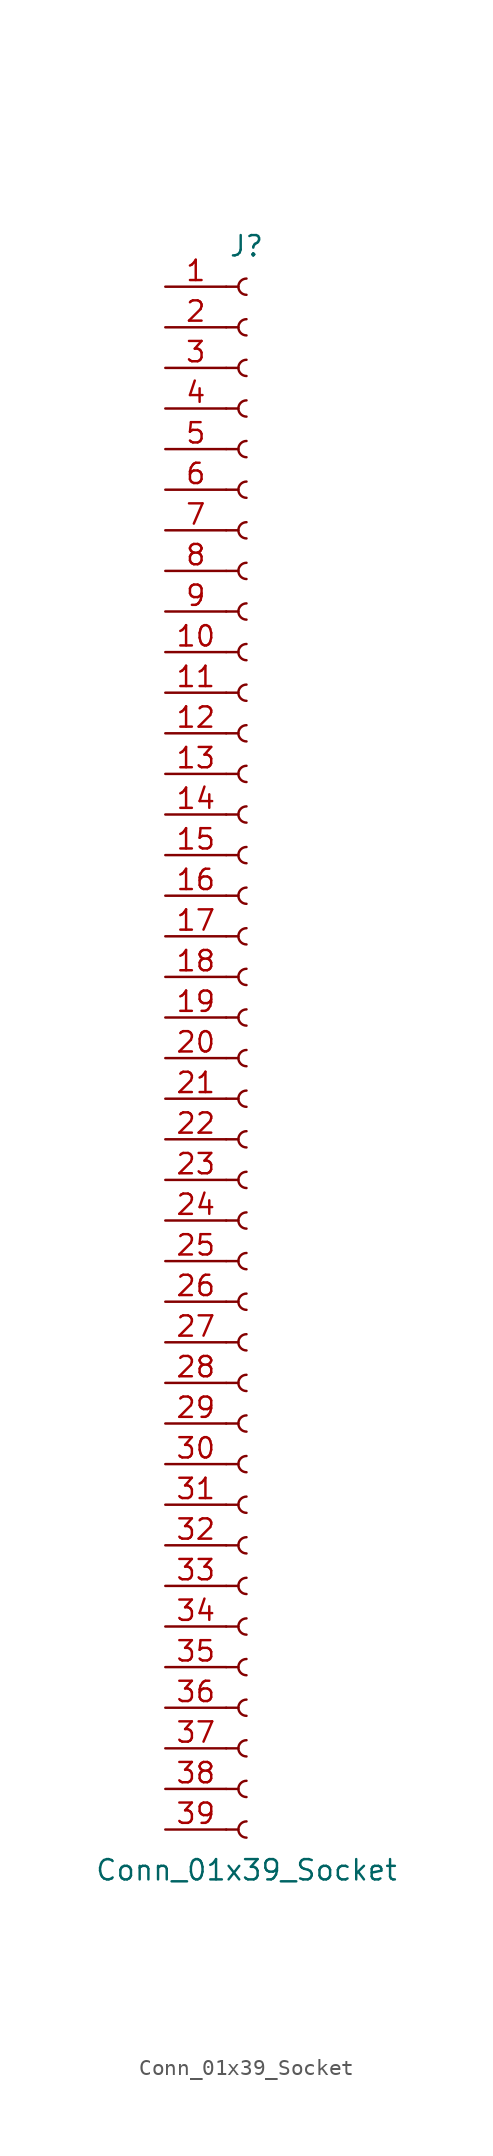
<source format=kicad_sym>
(kicad_symbol_lib
  (version 20241209)
  (generator "kicad_symbol_editor")
  (generator_version "9.0")
  (symbol "Conn_01x39_Socket"
    (pin_names
      (offset 1.016)
      (hide yes))
    (property "Reference" "J"
      (at 0 50.8 0)
      (effects (font (size 1.27 1.27))))
    (property "Value" "Conn_01x39_Socket"
      (at 0 -50.8 0)
      (effects (font (size 1.27 1.27))))
    (property "ki_locked" ""
      (at 0 0 0)
      (effects (font (size 1.27 1.27))))
    (symbol "Conn_01x39_Socket_1_1"
      (polyline (pts (xy -1.27 48.26) (xy -0.508 48.26)) (stroke (width 0.152) (type default)) (fill (type none)))
      (polyline (pts (xy -1.27 45.72) (xy -0.508 45.72)) (stroke (width 0.152) (type default)) (fill (type none)))
      (polyline (pts (xy -1.27 43.18) (xy -0.508 43.18)) (stroke (width 0.152) (type default)) (fill (type none)))
      (polyline (pts (xy -1.27 40.64) (xy -0.508 40.64)) (stroke (width 0.152) (type default)) (fill (type none)))
      (polyline (pts (xy -1.27 38.1) (xy -0.508 38.1)) (stroke (width 0.152) (type default)) (fill (type none)))
      (polyline (pts (xy -1.27 35.56) (xy -0.508 35.56)) (stroke (width 0.152) (type default)) (fill (type none)))
      (polyline (pts (xy -1.27 33.02) (xy -0.508 33.02)) (stroke (width 0.152) (type default)) (fill (type none)))
      (polyline (pts (xy -1.27 30.48) (xy -0.508 30.48)) (stroke (width 0.152) (type default)) (fill (type none)))
      (polyline (pts (xy -1.27 27.94) (xy -0.508 27.94)) (stroke (width 0.152) (type default)) (fill (type none)))
      (polyline (pts (xy -1.27 25.4) (xy -0.508 25.4)) (stroke (width 0.152) (type default)) (fill (type none)))
      (polyline (pts (xy -1.27 22.86) (xy -0.508 22.86)) (stroke (width 0.152) (type default)) (fill (type none)))
      (polyline (pts (xy -1.27 20.32) (xy -0.508 20.32)) (stroke (width 0.152) (type default)) (fill (type none)))
      (polyline (pts (xy -1.27 17.78) (xy -0.508 17.78)) (stroke (width 0.152) (type default)) (fill (type none)))
      (polyline (pts (xy -1.27 15.24) (xy -0.508 15.24)) (stroke (width 0.152) (type default)) (fill (type none)))
      (polyline (pts (xy -1.27 12.7) (xy -0.508 12.7)) (stroke (width 0.152) (type default)) (fill (type none)))
      (polyline (pts (xy -1.27 10.16) (xy -0.508 10.16)) (stroke (width 0.152) (type default)) (fill (type none)))
      (polyline (pts (xy -1.27 7.62) (xy -0.508 7.62)) (stroke (width 0.152) (type default)) (fill (type none)))
      (polyline (pts (xy -1.27 5.08) (xy -0.508 5.08)) (stroke (width 0.152) (type default)) (fill (type none)))
      (polyline (pts (xy -1.27 2.54) (xy -0.508 2.54)) (stroke (width 0.152) (type default)) (fill (type none)))
      (polyline (pts (xy -1.27 0) (xy -0.508 0)) (stroke (width 0.152) (type default)) (fill (type none)))
      (polyline (pts (xy -1.27 -2.54) (xy -0.508 -2.54)) (stroke (width 0.152) (type default)) (fill (type none)))
      (polyline (pts (xy -1.27 -5.08) (xy -0.508 -5.08)) (stroke (width 0.152) (type default)) (fill (type none)))
      (polyline (pts (xy -1.27 -7.62) (xy -0.508 -7.62)) (stroke (width 0.152) (type default)) (fill (type none)))
      (polyline (pts (xy -1.27 -10.16) (xy -0.508 -10.16)) (stroke (width 0.152) (type default)) (fill (type none)))
      (polyline (pts (xy -1.27 -12.7) (xy -0.508 -12.7)) (stroke (width 0.152) (type default)) (fill (type none)))
      (polyline (pts (xy -1.27 -15.24) (xy -0.508 -15.24)) (stroke (width 0.152) (type default)) (fill (type none)))
      (polyline (pts (xy -1.27 -17.78) (xy -0.508 -17.78)) (stroke (width 0.152) (type default)) (fill (type none)))
      (polyline (pts (xy -1.27 -20.32) (xy -0.508 -20.32)) (stroke (width 0.152) (type default)) (fill (type none)))
      (polyline (pts (xy -1.27 -22.86) (xy -0.508 -22.86)) (stroke (width 0.152) (type default)) (fill (type none)))
      (polyline (pts (xy -1.27 -25.4) (xy -0.508 -25.4)) (stroke (width 0.152) (type default)) (fill (type none)))
      (polyline (pts (xy -1.27 -27.94) (xy -0.508 -27.94)) (stroke (width 0.152) (type default)) (fill (type none)))
      (polyline (pts (xy -1.27 -30.48) (xy -0.508 -30.48)) (stroke (width 0.152) (type default)) (fill (type none)))
      (polyline (pts (xy -1.27 -33.02) (xy -0.508 -33.02)) (stroke (width 0.152) (type default)) (fill (type none)))
      (polyline (pts (xy -1.27 -35.56) (xy -0.508 -35.56)) (stroke (width 0.152) (type default)) (fill (type none)))
      (polyline (pts (xy -1.27 -38.1) (xy -0.508 -38.1)) (stroke (width 0.152) (type default)) (fill (type none)))
      (polyline (pts (xy -1.27 -40.64) (xy -0.508 -40.64)) (stroke (width 0.152) (type default)) (fill (type none)))
      (polyline (pts (xy -1.27 -43.18) (xy -0.508 -43.18)) (stroke (width 0.152) (type default)) (fill (type none)))
      (polyline (pts (xy -1.27 -45.72) (xy -0.508 -45.72)) (stroke (width 0.152) (type default)) (fill (type none)))
      (polyline (pts (xy -1.27 -48.26) (xy -0.508 -48.26)) (stroke (width 0.152) (type default)) (fill (type none)))
      (arc (start 0 47.752) (mid -0.5058 48.26) (end 0 48.768) (stroke (width 0.1524) (type default)) (fill (type none)))
      (arc (start 0 45.212) (mid -0.5058 45.72) (end 0 46.228) (stroke (width 0.1524) (type default)) (fill (type none)))
      (arc (start 0 42.672) (mid -0.5058 43.18) (end 0 43.688) (stroke (width 0.1524) (type default)) (fill (type none)))
      (arc (start 0 40.132) (mid -0.5058 40.64) (end 0 41.148) (stroke (width 0.1524) (type default)) (fill (type none)))
      (arc (start 0 37.592) (mid -0.5058 38.1) (end 0 38.608) (stroke (width 0.1524) (type default)) (fill (type none)))
      (arc (start 0 35.052) (mid -0.5058 35.56) (end 0 36.068) (stroke (width 0.1524) (type default)) (fill (type none)))
      (arc (start 0 32.512) (mid -0.5058 33.02) (end 0 33.528) (stroke (width 0.1524) (type default)) (fill (type none)))
      (arc (start 0 29.972) (mid -0.5058 30.48) (end 0 30.988) (stroke (width 0.1524) (type default)) (fill (type none)))
      (arc (start 0 27.432) (mid -0.5058 27.94) (end 0 28.448) (stroke (width 0.1524) (type default)) (fill (type none)))
      (arc (start 0 24.892) (mid -0.5058 25.4) (end 0 25.908) (stroke (width 0.1524) (type default)) (fill (type none)))
      (arc (start 0 22.352) (mid -0.5058 22.86) (end 0 23.368) (stroke (width 0.1524) (type default)) (fill (type none)))
      (arc (start 0 19.812) (mid -0.5058 20.32) (end 0 20.828) (stroke (width 0.1524) (type default)) (fill (type none)))
      (arc (start 0 17.272) (mid -0.5058 17.78) (end 0 18.288) (stroke (width 0.1524) (type default)) (fill (type none)))
      (arc (start 0 14.732) (mid -0.5058 15.24) (end 0 15.748) (stroke (width 0.1524) (type default)) (fill (type none)))
      (arc (start 0 12.192) (mid -0.5058 12.7) (end 0 13.208) (stroke (width 0.1524) (type default)) (fill (type none)))
      (arc (start 0 9.652) (mid -0.5058 10.16) (end 0 10.668) (stroke (width 0.1524) (type default)) (fill (type none)))
      (arc (start 0 7.112) (mid -0.5058 7.62) (end 0 8.128) (stroke (width 0.1524) (type default)) (fill (type none)))
      (arc (start 0 4.572) (mid -0.5058 5.08) (end 0 5.588) (stroke (width 0.1524) (type default)) (fill (type none)))
      (arc (start 0 2.032) (mid -0.5058 2.54) (end 0 3.048) (stroke (width 0.1524) (type default)) (fill (type none)))
      (arc (start 0 -0.508) (mid -0.5058 0) (end 0 0.508) (stroke (width 0.1524) (type default)) (fill (type none)))
      (arc (start 0 -3.048) (mid -0.5058 -2.54) (end 0 -2.032) (stroke (width 0.1524) (type default)) (fill (type none)))
      (arc (start 0 -5.588) (mid -0.5058 -5.08) (end 0 -4.572) (stroke (width 0.1524) (type default)) (fill (type none)))
      (arc (start 0 -8.128) (mid -0.5058 -7.62) (end 0 -7.112) (stroke (width 0.1524) (type default)) (fill (type none)))
      (arc (start 0 -10.668) (mid -0.5058 -10.16) (end 0 -9.652) (stroke (width 0.1524) (type default)) (fill (type none)))
      (arc (start 0 -13.208) (mid -0.5058 -12.7) (end 0 -12.192) (stroke (width 0.1524) (type default)) (fill (type none)))
      (arc (start 0 -15.748) (mid -0.5058 -15.24) (end 0 -14.732) (stroke (width 0.1524) (type default)) (fill (type none)))
      (arc (start 0 -18.288) (mid -0.5058 -17.78) (end 0 -17.272) (stroke (width 0.1524) (type default)) (fill (type none)))
      (arc (start 0 -20.828) (mid -0.5058 -20.32) (end 0 -19.812) (stroke (width 0.1524) (type default)) (fill (type none)))
      (arc (start 0 -23.368) (mid -0.5058 -22.86) (end 0 -22.352) (stroke (width 0.1524) (type default)) (fill (type none)))
      (arc (start 0 -25.908) (mid -0.5058 -25.4) (end 0 -24.892) (stroke (width 0.1524) (type default)) (fill (type none)))
      (arc (start 0 -28.448) (mid -0.5058 -27.94) (end 0 -27.432) (stroke (width 0.1524) (type default)) (fill (type none)))
      (arc (start 0 -30.988) (mid -0.5058 -30.48) (end 0 -29.972) (stroke (width 0.1524) (type default)) (fill (type none)))
      (arc (start 0 -33.528) (mid -0.5058 -33.02) (end 0 -32.512) (stroke (width 0.1524) (type default)) (fill (type none)))
      (arc (start 0 -36.068) (mid -0.5058 -35.56) (end 0 -35.052) (stroke (width 0.1524) (type default)) (fill (type none)))
      (arc (start 0 -38.608) (mid -0.5058 -38.1) (end 0 -37.592) (stroke (width 0.1524) (type default)) (fill (type none)))
      (arc (start 0 -41.148) (mid -0.5058 -40.64) (end 0 -40.132) (stroke (width 0.1524) (type default)) (fill (type none)))
      (arc (start 0 -43.688) (mid -0.5058 -43.18) (end 0 -42.672) (stroke (width 0.1524) (type default)) (fill (type none)))
      (arc (start 0 -46.228) (mid -0.5058 -45.72) (end 0 -45.212) (stroke (width 0.1524) (type default)) (fill (type none)))
      (arc (start 0 -48.768) (mid -0.5058 -48.26) (end 0 -47.752) (stroke (width 0.1524) (type default)) (fill (type none)))
      (pin passive line (at -5.08 48.26 0) (length 3.81) (name "Pin_1" (effects (font (size 1.27 1.27)))) (number "1" (effects (font (size 1.27 1.27)))))
      (pin passive line (at -5.08 45.72 0) (length 3.81) (name "Pin_2" (effects (font (size 1.27 1.27)))) (number "2" (effects (font (size 1.27 1.27)))))
      (pin passive line (at -5.08 43.18 0) (length 3.81) (name "Pin_3" (effects (font (size 1.27 1.27)))) (number "3" (effects (font (size 1.27 1.27)))))
      (pin passive line (at -5.08 40.64 0) (length 3.81) (name "Pin_4" (effects (font (size 1.27 1.27)))) (number "4" (effects (font (size 1.27 1.27)))))
      (pin passive line (at -5.08 38.1 0) (length 3.81) (name "Pin_5" (effects (font (size 1.27 1.27)))) (number "5" (effects (font (size 1.27 1.27)))))
      (pin passive line (at -5.08 35.56 0) (length 3.81) (name "Pin_6" (effects (font (size 1.27 1.27)))) (number "6" (effects (font (size 1.27 1.27)))))
      (pin passive line (at -5.08 33.02 0) (length 3.81) (name "Pin_7" (effects (font (size 1.27 1.27)))) (number "7" (effects (font (size 1.27 1.27)))))
      (pin passive line (at -5.08 30.48 0) (length 3.81) (name "Pin_8" (effects (font (size 1.27 1.27)))) (number "8" (effects (font (size 1.27 1.27)))))
      (pin passive line (at -5.08 27.94 0) (length 3.81) (name "Pin_9" (effects (font (size 1.27 1.27)))) (number "9" (effects (font (size 1.27 1.27)))))
      (pin passive line (at -5.08 25.4 0) (length 3.81) (name "Pin_10" (effects (font (size 1.27 1.27)))) (number "10" (effects (font (size 1.27 1.27)))))
      (pin passive line (at -5.08 22.86 0) (length 3.81) (name "Pin_11" (effects (font (size 1.27 1.27)))) (number "11" (effects (font (size 1.27 1.27)))))
      (pin passive line (at -5.08 20.32 0) (length 3.81) (name "Pin_12" (effects (font (size 1.27 1.27)))) (number "12" (effects (font (size 1.27 1.27)))))
      (pin passive line (at -5.08 17.78 0) (length 3.81) (name "Pin_13" (effects (font (size 1.27 1.27)))) (number "13" (effects (font (size 1.27 1.27)))))
      (pin passive line (at -5.08 15.24 0) (length 3.81) (name "Pin_14" (effects (font (size 1.27 1.27)))) (number "14" (effects (font (size 1.27 1.27)))))
      (pin passive line (at -5.08 12.7 0) (length 3.81) (name "Pin_15" (effects (font (size 1.27 1.27)))) (number "15" (effects (font (size 1.27 1.27)))))
      (pin passive line (at -5.08 10.16 0) (length 3.81) (name "Pin_16" (effects (font (size 1.27 1.27)))) (number "16" (effects (font (size 1.27 1.27)))))
      (pin passive line (at -5.08 7.62 0) (length 3.81) (name "Pin_17" (effects (font (size 1.27 1.27)))) (number "17" (effects (font (size 1.27 1.27)))))
      (pin passive line (at -5.08 5.08 0) (length 3.81) (name "Pin_18" (effects (font (size 1.27 1.27)))) (number "18" (effects (font (size 1.27 1.27)))))
      (pin passive line (at -5.08 2.54 0) (length 3.81) (name "Pin_19" (effects (font (size 1.27 1.27)))) (number "19" (effects (font (size 1.27 1.27)))))
      (pin passive line (at -5.08 0 0) (length 3.81) (name "Pin_20" (effects (font (size 1.27 1.27)))) (number "20" (effects (font (size 1.27 1.27)))))
      (pin passive line (at -5.08 -2.54 0) (length 3.81) (name "Pin_21" (effects (font (size 1.27 1.27)))) (number "21" (effects (font (size 1.27 1.27)))))
      (pin passive line (at -5.08 -5.08 0) (length 3.81) (name "Pin_22" (effects (font (size 1.27 1.27)))) (number "22" (effects (font (size 1.27 1.27)))))
      (pin passive line (at -5.08 -7.62 0) (length 3.81) (name "Pin_23" (effects (font (size 1.27 1.27)))) (number "23" (effects (font (size 1.27 1.27)))))
      (pin passive line (at -5.08 -10.16 0) (length 3.81) (name "Pin_24" (effects (font (size 1.27 1.27)))) (number "24" (effects (font (size 1.27 1.27)))))
      (pin passive line (at -5.08 -12.7 0) (length 3.81) (name "Pin_25" (effects (font (size 1.27 1.27)))) (number "25" (effects (font (size 1.27 1.27)))))
      (pin passive line (at -5.08 -15.24 0) (length 3.81) (name "Pin_26" (effects (font (size 1.27 1.27)))) (number "26" (effects (font (size 1.27 1.27)))))
      (pin passive line (at -5.08 -17.78 0) (length 3.81) (name "Pin_27" (effects (font (size 1.27 1.27)))) (number "27" (effects (font (size 1.27 1.27)))))
      (pin passive line (at -5.08 -20.32 0) (length 3.81) (name "Pin_28" (effects (font (size 1.27 1.27)))) (number "28" (effects (font (size 1.27 1.27)))))
      (pin passive line (at -5.08 -22.86 0) (length 3.81) (name "Pin_29" (effects (font (size 1.27 1.27)))) (number "29" (effects (font (size 1.27 1.27)))))
      (pin passive line (at -5.08 -25.4 0) (length 3.81) (name "Pin_30" (effects (font (size 1.27 1.27)))) (number "30" (effects (font (size 1.27 1.27)))))
      (pin passive line (at -5.08 -27.94 0) (length 3.81) (name "Pin_31" (effects (font (size 1.27 1.27)))) (number "31" (effects (font (size 1.27 1.27)))))
      (pin passive line (at -5.08 -30.48 0) (length 3.81) (name "Pin_32" (effects (font (size 1.27 1.27)))) (number "32" (effects (font (size 1.27 1.27)))))
      (pin passive line (at -5.08 -33.02 0) (length 3.81) (name "Pin_33" (effects (font (size 1.27 1.27)))) (number "33" (effects (font (size 1.27 1.27)))))
      (pin passive line (at -5.08 -35.56 0) (length 3.81) (name "Pin_34" (effects (font (size 1.27 1.27)))) (number "34" (effects (font (size 1.27 1.27)))))
      (pin passive line (at -5.08 -38.1 0) (length 3.81) (name "Pin_35" (effects (font (size 1.27 1.27)))) (number "35" (effects (font (size 1.27 1.27)))))
      (pin passive line (at -5.08 -40.64 0) (length 3.81) (name "Pin_36" (effects (font (size 1.27 1.27)))) (number "36" (effects (font (size 1.27 1.27)))))
      (pin passive line (at -5.08 -43.18 0) (length 3.81) (name "Pin_37" (effects (font (size 1.27 1.27)))) (number "37" (effects (font (size 1.27 1.27)))))
      (pin passive line (at -5.08 -45.72 0) (length 3.81) (name "Pin_38" (effects (font (size 1.27 1.27)))) (number "38" (effects (font (size 1.27 1.27)))))
      (pin passive line (at -5.08 -48.26 0) (length 3.81) (name "Pin_39" (effects (font (size 1.27 1.27)))) (number "39" (effects (font (size 1.27 1.27))))))))
</source>
